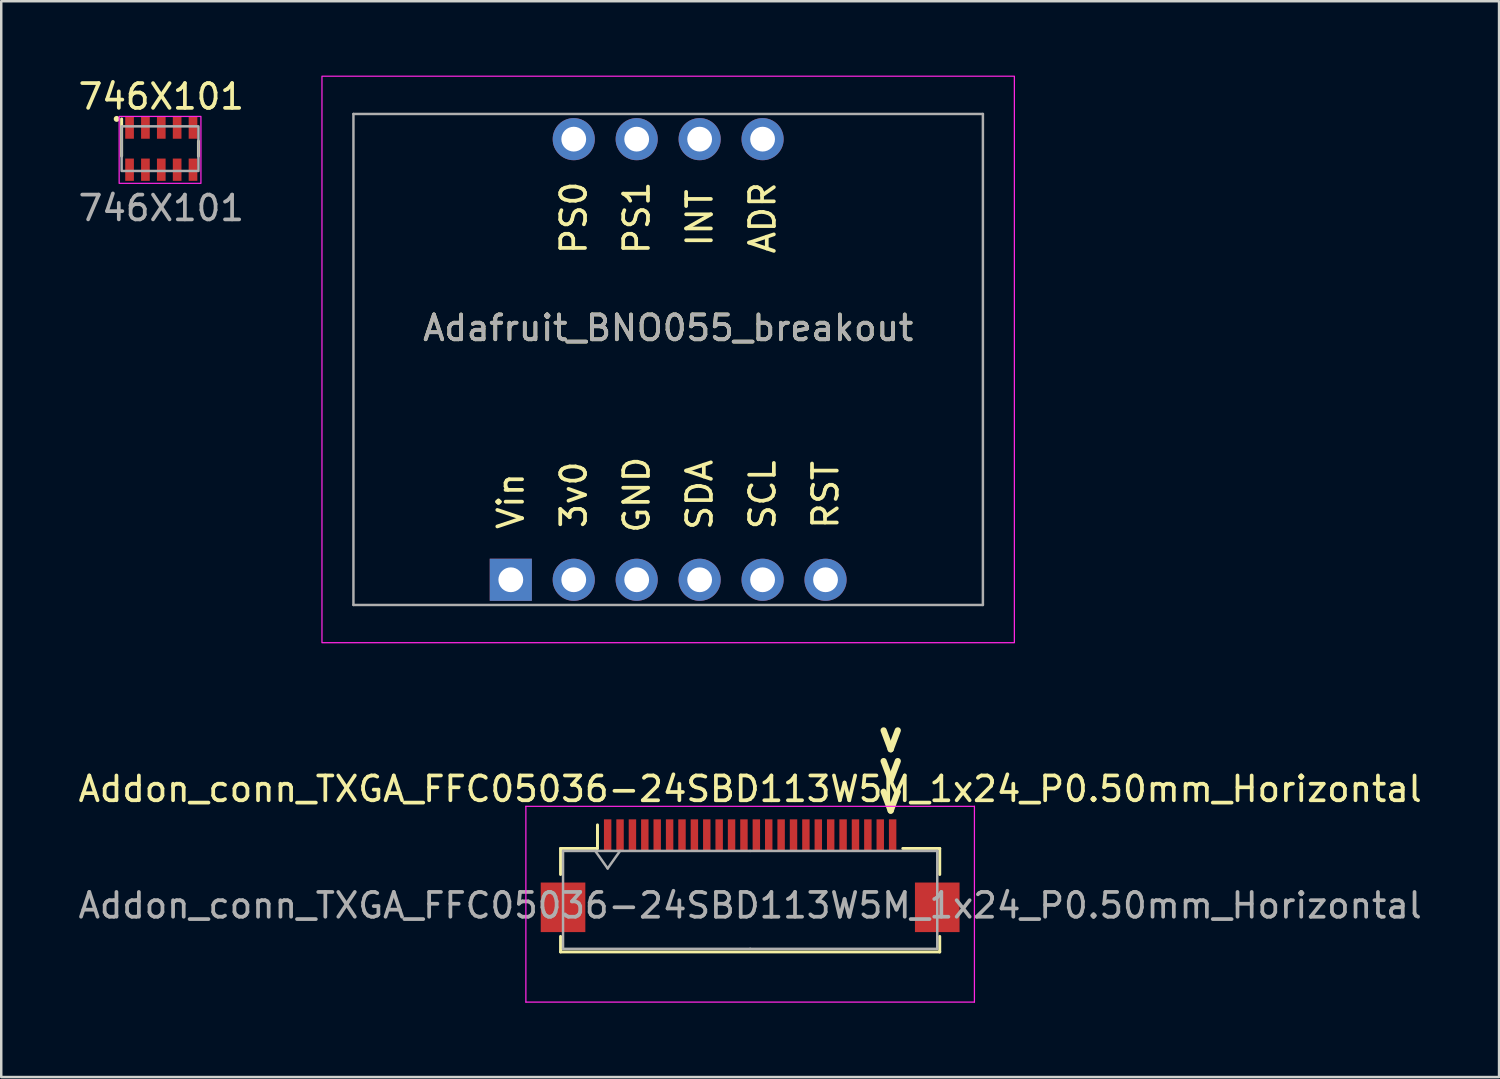
<source format=kicad_pcb>
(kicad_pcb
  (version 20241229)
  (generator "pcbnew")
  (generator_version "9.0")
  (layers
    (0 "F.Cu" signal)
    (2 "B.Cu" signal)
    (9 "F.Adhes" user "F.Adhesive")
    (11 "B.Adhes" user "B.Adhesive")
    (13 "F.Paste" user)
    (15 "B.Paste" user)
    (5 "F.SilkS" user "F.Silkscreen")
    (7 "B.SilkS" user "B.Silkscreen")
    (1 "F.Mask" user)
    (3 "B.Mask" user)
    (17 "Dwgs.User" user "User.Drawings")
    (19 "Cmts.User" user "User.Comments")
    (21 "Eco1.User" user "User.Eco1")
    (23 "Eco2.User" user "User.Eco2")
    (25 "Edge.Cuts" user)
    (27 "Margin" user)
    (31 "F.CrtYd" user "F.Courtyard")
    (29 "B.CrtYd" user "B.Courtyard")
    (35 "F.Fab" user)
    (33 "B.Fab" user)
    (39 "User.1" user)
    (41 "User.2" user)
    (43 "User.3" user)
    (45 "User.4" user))
  (footprint "746X101"
    (layer "F.Cu")
    (at 3.458 2.948)
    (property "Reference" "746X101" (at 0 -2.1 0) (unlocked yes) (layer "F.SilkS") (effects (font (size 1 1) (thickness 0.15))))
    (attr smd)
    (fp_line (start -1.6 -1.2) (end -1.6 0.3) (stroke (width 0.12) (type default)) (layer "F.SilkS"))
    (fp_line (start 1.5 0.3) (end 1.5 -0.3) (stroke (width 0.12) (type default)) (layer "F.SilkS"))
    (fp_circle (center -1.8 -1.2) (end -1.8 -1.2) (stroke (width 0.12) (type default)) (fill no) (layer "F.SilkS"))
    (fp_rect (start -1.7 -1.3) (end 1.6 1.4) (stroke (width 0.05) (type default)) (fill no) (layer "F.CrtYd"))
    (fp_rect (start -1.6 -0.9) (end 1.5 0.9) (stroke (width 0.1) (type default)) (fill no) (layer "F.Fab"))
    (fp_text user "${REFERENCE}" (at 0 2.4 0) (unlocked yes) (layer "F.Fab") (effects (font (size 1 1) (thickness 0.15))))
    (pad "1" smd rect (at -1.28 -0.85) (size 0.35 0.9) (layers "F.Cu" "F.Mask" "F.Paste"))
    (pad "2" smd rect (at -0.64 -0.85) (size 0.35 0.9) (layers "F.Cu" "F.Mask" "F.Paste"))
    (pad "3" smd rect (at 0 -0.85) (size 0.35 0.9) (layers "F.Cu" "F.Mask" "F.Paste"))
    (pad "4" smd rect (at 0.64 -0.85) (size 0.35 0.9) (layers "F.Cu" "F.Mask" "F.Paste"))
    (pad "5" smd rect (at 1.28 -0.85) (size 0.35 0.9) (layers "F.Cu" "F.Mask" "F.Paste"))
    (pad "6" smd rect (at -1.28 0.85) (size 0.35 0.9) (layers "F.Cu" "F.Mask" "F.Paste"))
    (pad "7" smd rect (at -0.64 0.85) (size 0.35 0.9) (layers "F.Cu" "F.Mask" "F.Paste"))
    (pad "8" smd rect (at 0 0.85) (size 0.35 0.9) (layers "F.Cu" "F.Mask" "F.Paste"))
    (pad "9" smd rect (at 0.64 0.85) (size 0.35 0.9) (layers "F.Cu" "F.Mask" "F.Paste"))
    (pad "10" smd rect (at 1.28 0.85) (size 0.35 0.9) (layers "F.Cu" "F.Mask" "F.Paste")))
  (footprint "Addon_conn_TXGA_FFC05036-24SBD113W5M_1x24_P0.50mm_Horizontal"
    (layer "F.Cu")
    (at 27.22 32.487)
    (property "Reference" "Addon_conn_TXGA_FFC05036-24SBD113W5M_1x24_P0.50mm_Horizontal" (at 0 -3.7 0) (layer "F.SilkS") (effects (font (size 1 1) (thickness 0.15))))
    (attr smd)
    (fp_line (start -7.65 -1.3) (end -7.65 -0.25) (stroke (width 0.12) (type solid)) (layer "F.SilkS"))
    (fp_line (start -7.65 2.25) (end -7.65 2.875) (stroke (width 0.12) (type solid)) (layer "F.SilkS"))
    (fp_line (start -7.65 2.875) (end 7.65 2.875) (stroke (width 0.12) (type solid)) (layer "F.SilkS"))
    (fp_line (start -6.16 -1.3) (end -7.65 -1.3) (stroke (width 0.12) (type solid)) (layer "F.SilkS"))
    (fp_line (start -6.16 -1.3) (end -6.16 -2.25) (stroke (width 0.12) (type solid)) (layer "F.SilkS"))
    (fp_line (start 6.16 -1.3) (end 7.65 -1.3) (stroke (width 0.12) (type solid)) (layer "F.SilkS"))
    (fp_line (start 7.65 -1.3) (end 7.65 -0.25) (stroke (width 0.12) (type solid)) (layer "F.SilkS"))
    (fp_line (start 7.65 2.875) (end 7.65 2.25) (stroke (width 0.12) (type solid)) (layer "F.SilkS"))
    (fp_line (start -9.05 -3) (end -9.05 4.9) (stroke (width 0.05) (type solid)) (layer "F.CrtYd"))
    (fp_line (start -9.05 4.9) (end 9.05 4.9) (stroke (width 0.05) (type solid)) (layer "F.CrtYd"))
    (fp_line (start 9.05 -3) (end -9.05 -3) (stroke (width 0.05) (type solid)) (layer "F.CrtYd"))
    (fp_line (start 9.05 4.9) (end 9.05 -3) (stroke (width 0.05) (type solid)) (layer "F.CrtYd"))
    (fp_line (start -7.55 -1.2) (end -7.55 2.75) (stroke (width 0.1) (type solid)) (layer "F.Fab"))
    (fp_line (start -7.55 2.75) (end 0 2.75) (stroke (width 0.1) (type solid)) (layer "F.Fab"))
    (fp_line (start -6.25 -1.2) (end -5.75 -0.493) (stroke (width 0.1) (type solid)) (layer "F.Fab"))
    (fp_line (start -5.75 -0.493) (end -5.25 -1.2) (stroke (width 0.1) (type solid)) (layer "F.Fab"))
    (fp_line (start 0 -1.2) (end -7.55 -1.2) (stroke (width 0.1) (type solid)) (layer "F.Fab"))
    (fp_line (start 0 -1.2) (end 7.55 -1.2) (stroke (width 0.1) (type solid)) (layer "F.Fab"))
    (fp_line (start 7.55 -1.2) (end 7.55 2.75) (stroke (width 0.1) (type solid)) (layer "F.Fab"))
    (fp_line (start 7.55 2.75) (end 0 2.75) (stroke (width 0.1) (type solid)) (layer "F.Fab"))
    (fp_text user ">>>" (at 5.74 -4.445 270) (unlocked yes) (layer "F.SilkS") (effects (font (size 1 1) (thickness 0.25) (bold yes))))
    (fp_text user "${REFERENCE}" (at 0 1 0) (layer "F.Fab") (effects (font (size 1 1) (thickness 0.15))))
    (pad "" smd rect (at -7.55 1.075) (size 1.8 2) (layers "F.Cu" "F.Mask" "F.Paste"))
    (pad "" smd rect (at 7.55 1.075) (size 1.8 2) (layers "F.Cu" "F.Mask" "F.Paste"))
    (pad "1" smd rect (at -5.75 -1.85) (size 0.3 1.25) (layers "F.Cu" "F.Mask" "F.Paste"))
    (pad "2" smd rect (at -5.25 -1.85) (size 0.3 1.25) (layers "F.Cu" "F.Mask" "F.Paste"))
    (pad "3" smd rect (at -4.75 -1.85) (size 0.3 1.25) (layers "F.Cu" "F.Mask" "F.Paste"))
    (pad "4" smd rect (at -4.25 -1.85) (size 0.3 1.25) (layers "F.Cu" "F.Mask" "F.Paste"))
    (pad "5" smd rect (at -3.75 -1.85) (size 0.3 1.25) (layers "F.Cu" "F.Mask" "F.Paste"))
    (pad "6" smd rect (at -3.25 -1.85) (size 0.3 1.25) (layers "F.Cu" "F.Mask" "F.Paste"))
    (pad "7" smd rect (at -2.75 -1.85) (size 0.3 1.25) (layers "F.Cu" "F.Mask" "F.Paste"))
    (pad "8" smd rect (at -2.25 -1.85) (size 0.3 1.25) (layers "F.Cu" "F.Mask" "F.Paste"))
    (pad "9" smd rect (at -1.75 -1.85) (size 0.3 1.25) (layers "F.Cu" "F.Mask" "F.Paste"))
    (pad "10" smd rect (at -1.25 -1.85) (size 0.3 1.25) (layers "F.Cu" "F.Mask" "F.Paste"))
    (pad "11" smd rect (at -0.75 -1.85) (size 0.3 1.25) (layers "F.Cu" "F.Mask" "F.Paste"))
    (pad "12" smd rect (at -0.25 -1.85) (size 0.3 1.25) (layers "F.Cu" "F.Mask" "F.Paste"))
    (pad "13" smd rect (at 0.25 -1.85) (size 0.3 1.25) (layers "F.Cu" "F.Mask" "F.Paste"))
    (pad "14" smd rect (at 0.75 -1.85) (size 0.3 1.25) (layers "F.Cu" "F.Mask" "F.Paste"))
    (pad "15" smd rect (at 1.25 -1.85) (size 0.3 1.25) (layers "F.Cu" "F.Mask" "F.Paste"))
    (pad "16" smd rect (at 1.75 -1.85) (size 0.3 1.25) (layers "F.Cu" "F.Mask" "F.Paste"))
    (pad "17" smd rect (at 2.25 -1.85) (size 0.3 1.25) (layers "F.Cu" "F.Mask" "F.Paste"))
    (pad "18" smd rect (at 2.75 -1.85) (size 0.3 1.25) (layers "F.Cu" "F.Mask" "F.Paste"))
    (pad "19" smd rect (at 3.25 -1.85) (size 0.3 1.25) (layers "F.Cu" "F.Mask" "F.Paste"))
    (pad "20" smd rect (at 3.75 -1.85) (size 0.3 1.25) (layers "F.Cu" "F.Mask" "F.Paste"))
    (pad "21" smd rect (at 4.25 -1.85) (size 0.3 1.25) (layers "F.Cu" "F.Mask" "F.Paste"))
    (pad "22" smd rect (at 4.75 -1.85) (size 0.3 1.25) (layers "F.Cu" "F.Mask" "F.Paste"))
    (pad "23" smd rect (at 5.25 -1.85) (size 0.3 1.25) (layers "F.Cu" "F.Mask" "F.Paste"))
    (pad "24" smd rect (at 5.75 -1.85) (size 0.3 1.25) (layers "F.Cu" "F.Mask" "F.Paste")))
  (footprint "Adafruit_BNO055_breakout"
    (layer "F.Cu")
    (at 23.912 10.185)
    (property "Reference" "Adafruit_BNO055_breakout" (at 0 0 0) (layer "F.SilkS") (effects (font (size 1 1) (thickness 0.15))))
    (attr through_hole)
    (fp_rect (start -13.97 -10.16) (end 13.97 12.7) (stroke (width 0.05) (type default)) (fill no) (layer "F.CrtYd"))
    (fp_line (start -12.7 -8.636) (end -12.7 11.176) (stroke (width 0.1) (type default)) (layer "F.Fab"))
    (fp_line (start -12.7 11.176) (end 12.7 11.176) (stroke (width 0.1) (type default)) (layer "F.Fab"))
    (fp_line (start 12.7 -8.636) (end -12.7 -8.636) (stroke (width 0.1) (type default)) (layer "F.Fab"))
    (fp_line (start 12.7 11.176) (end 12.7 -8.636) (stroke (width 0.1) (type default)) (layer "F.Fab"))
    (fp_text user "RST" (at 6.35 6.731 90) (unlocked yes) (layer "F.SilkS") (effects (font (size 1 1) (thickness 0.15))))
    (fp_text user "Vin" (at -6.35 6.985 90) (unlocked yes) (layer "F.SilkS") (effects (font (size 1 1) (thickness 0.15))))
    (fp_text user "ADR" (at 3.81 -4.445 90) (unlocked yes) (layer "F.SilkS") (effects (font (size 1 1) (thickness 0.15))))
    (fp_text user "PS0" (at -3.81 -4.445 90) (unlocked yes) (layer "F.SilkS") (effects (font (size 1 1) (thickness 0.15))))
    (fp_text user "INT" (at 1.27 -4.445 90) (unlocked yes) (layer "F.SilkS") (effects (font (size 1 1) (thickness 0.15))))
    (fp_text user "3v0" (at -3.81 6.731 90) (unlocked yes) (layer "F.SilkS") (effects (font (size 1 1) (thickness 0.15))))
    (fp_text user "PS1" (at -1.27 -4.445 90) (unlocked yes) (layer "F.SilkS") (effects (font (size 1 1) (thickness 0.15))))
    (fp_text user "SDA" (at 1.27 6.731 90) (unlocked yes) (layer "F.SilkS") (effects (font (size 1 1) (thickness 0.15))))
    (fp_text user "SCL" (at 3.81 6.731 90) (unlocked yes) (layer "F.SilkS") (effects (font (size 1 1) (thickness 0.15))))
    (fp_text user "GND" (at -1.27 6.731 90) (unlocked yes) (layer "F.SilkS") (effects (font (size 1 1) (thickness 0.15))))
    (fp_text user "${REFERENCE}" (at 0 0 180) (layer "F.Fab") (effects (font (size 1 1) (thickness 0.15))))
    (pad "1" thru_hole rect (at -6.35 10.16 90) (size 1.7 1.7) (drill 1) (layers "*.Cu" "*.Mask"))
    (pad "2" thru_hole oval (at -3.81 10.16 90) (size 1.7 1.7) (drill 1) (layers "*.Cu" "*.Mask"))
    (pad "3" thru_hole oval (at -1.27 10.16 90) (size 1.7 1.7) (drill 1) (layers "*.Cu" "*.Mask"))
    (pad "4" thru_hole oval (at 1.27 10.16 90) (size 1.7 1.7) (drill 1) (layers "*.Cu" "*.Mask"))
    (pad "5" thru_hole oval (at 3.81 10.16 90) (size 1.7 1.7) (drill 1) (layers "*.Cu" "*.Mask"))
    (pad "6" thru_hole oval (at 6.35 10.16 90) (size 1.7 1.7) (drill 1) (layers "*.Cu" "*.Mask"))
    (pad "7" thru_hole oval (at -3.81 -7.62 90) (size 1.7 1.7) (drill 1) (layers "*.Cu" "*.Mask"))
    (pad "8" thru_hole oval (at -1.27 -7.62 90) (size 1.7 1.7) (drill 1) (layers "*.Cu" "*.Mask"))
    (pad "9" thru_hole oval (at 1.27 -7.62 90) (size 1.7 1.7) (drill 1) (layers "*.Cu" "*.Mask"))
    (pad "10" thru_hole oval (at 3.81 -7.62 90) (size 1.7 1.7) (drill 1) (layers "*.Cu" "*.Mask")))
  (gr_rect
    (start -3 -3)
    (end 57.44 40.412)
    (stroke (width 0.1) (type default))
    (fill no)
    (layer "Edge.Cuts")))
</source>
